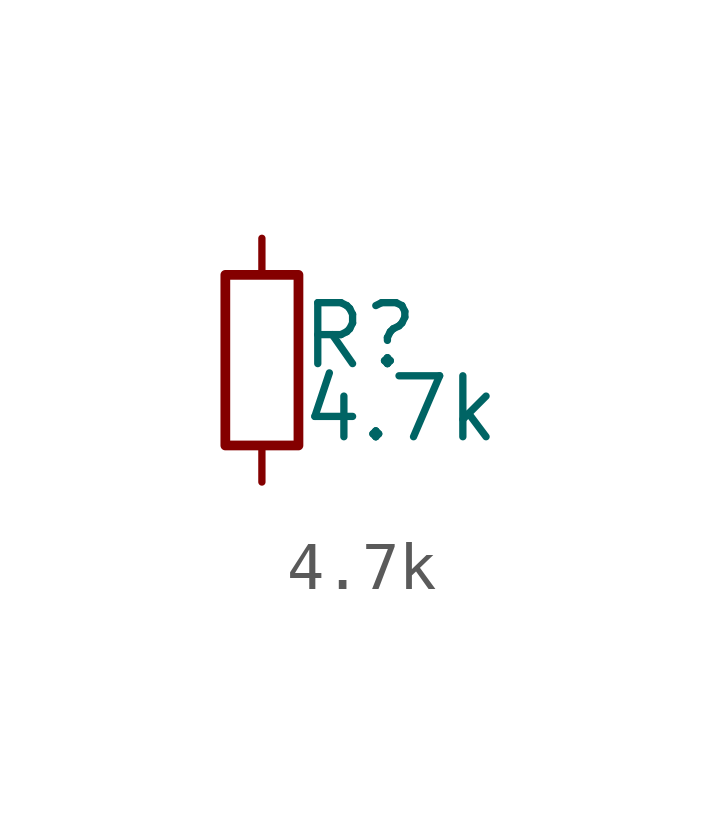
<source format=kicad_sym>
(kicad_symbol_lib
  (version 20220914)
  (generator kicad_symbol_editor)
  (symbol "4.7k"
    (property "Reference" "R"
      (at 0.762 0.508 0)
      (effects (font (size 1.27 1.27)) (justify left)))
    (property "Value" "4.7k"
      (at 0.762 -1.016 0)
      (effects (font (size 1.27 1.27)) (justify left)))
    (property "ki_locked" ""
      (at 0 0 0)
      (effects (font (size 1.27 1.27))))
    (symbol "4.7k_0_0"
      (rectangle (start -0.762 1.778) (end 0.762 -1.778) (stroke (width 0.203) (type default)) (fill (type none)))
      (pin passive line (at 0 2.54 270) (length 0.762) (name "~" (effects (font (size 0 0)))) (number "1" (effects (font (size 0 0)))))
      (pin passive line (at 0 -2.54 90) (length 0.762) (name "~" (effects (font (size 0 0)))) (number "2" (effects (font (size 0 0))))))))
</source>
